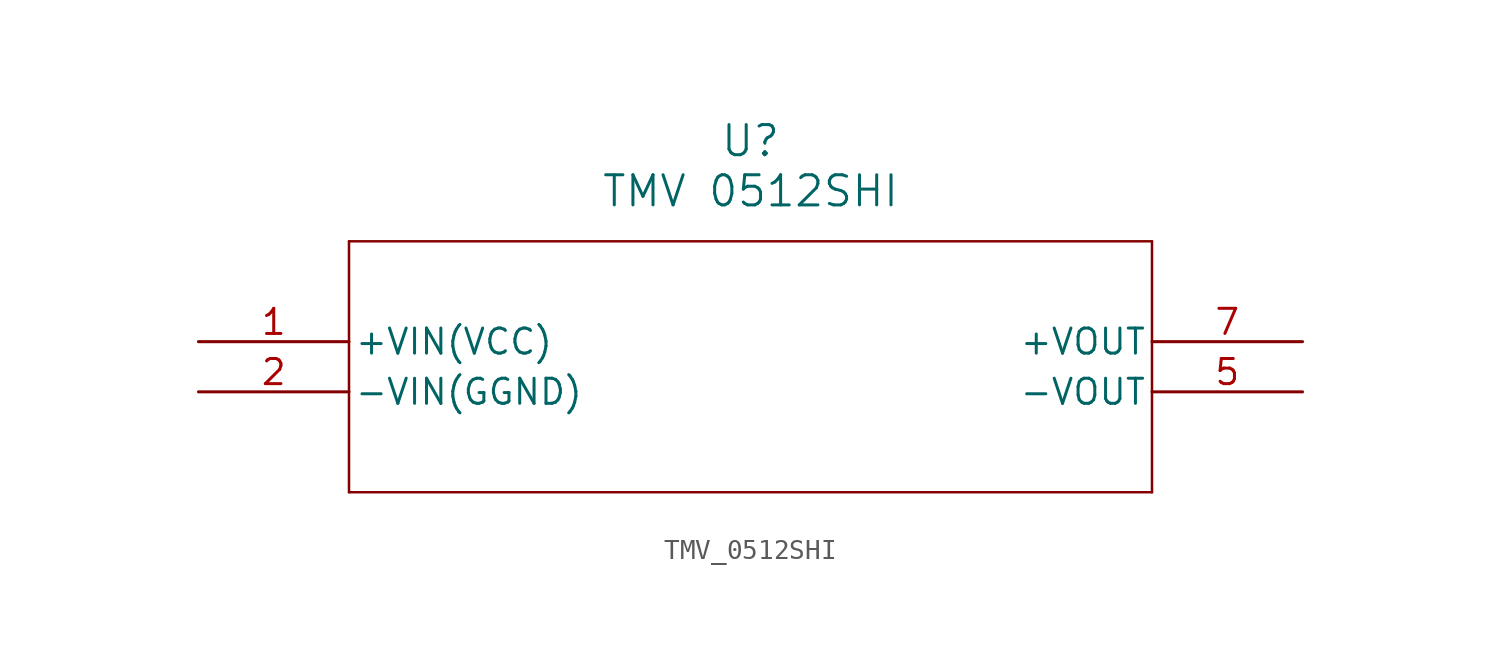
<source format=kicad_sym>
(kicad_symbol_lib
  (version 20211014)
  (generator kicad_symbol_editor)
  (symbol "TMV_0512SHI"
    (pin_names
      (offset 0.254))
    (property "Reference" "U"
      (at 27.94 10.16 0)
      (effects (font (size 1.524 1.524))))
    (property "Value" "TMV 0512SHI"
      (at 27.94 7.62 0)
      (effects (font (size 1.524 1.524))))
    (symbol "TMV_0512SHI_0_1"
      (polyline (pts (xy 7.62 5.08) (xy 7.62 -7.62)) (stroke (width 0.127) (type default) (color 0 0 0 0)) (fill (type none)))
      (polyline (pts (xy 7.62 -7.62) (xy 48.26 -7.62)) (stroke (width 0.127) (type default) (color 0 0 0 0)) (fill (type none)))
      (polyline (pts (xy 48.26 -7.62) (xy 48.26 5.08)) (stroke (width 0.127) (type default) (color 0 0 0 0)) (fill (type none)))
      (polyline (pts (xy 48.26 5.08) (xy 7.62 5.08)) (stroke (width 0.127) (type default) (color 0 0 0 0)) (fill (type none)))
      (pin power_in line (at 0 0 0) (length 7.62) (name "+VIN(VCC)" (effects (font (size 1.27 1.27)))) (number "1" (effects (font (size 1.27 1.27)))))
      (pin power_in line (at 0 -2.54 0) (length 7.62) (name "-VIN(GGND)" (effects (font (size 1.27 1.27)))) (number "2" (effects (font (size 1.27 1.27)))))
      (pin output line (at 55.88 -2.54 180) (length 7.62) (name "-VOUT" (effects (font (size 1.27 1.27)))) (number "5" (effects (font (size 1.27 1.27)))))
      (pin output line (at 55.88 0 180) (length 7.62) (name "+VOUT" (effects (font (size 1.27 1.27)))) (number "7" (effects (font (size 1.27 1.27))))))))
</source>
